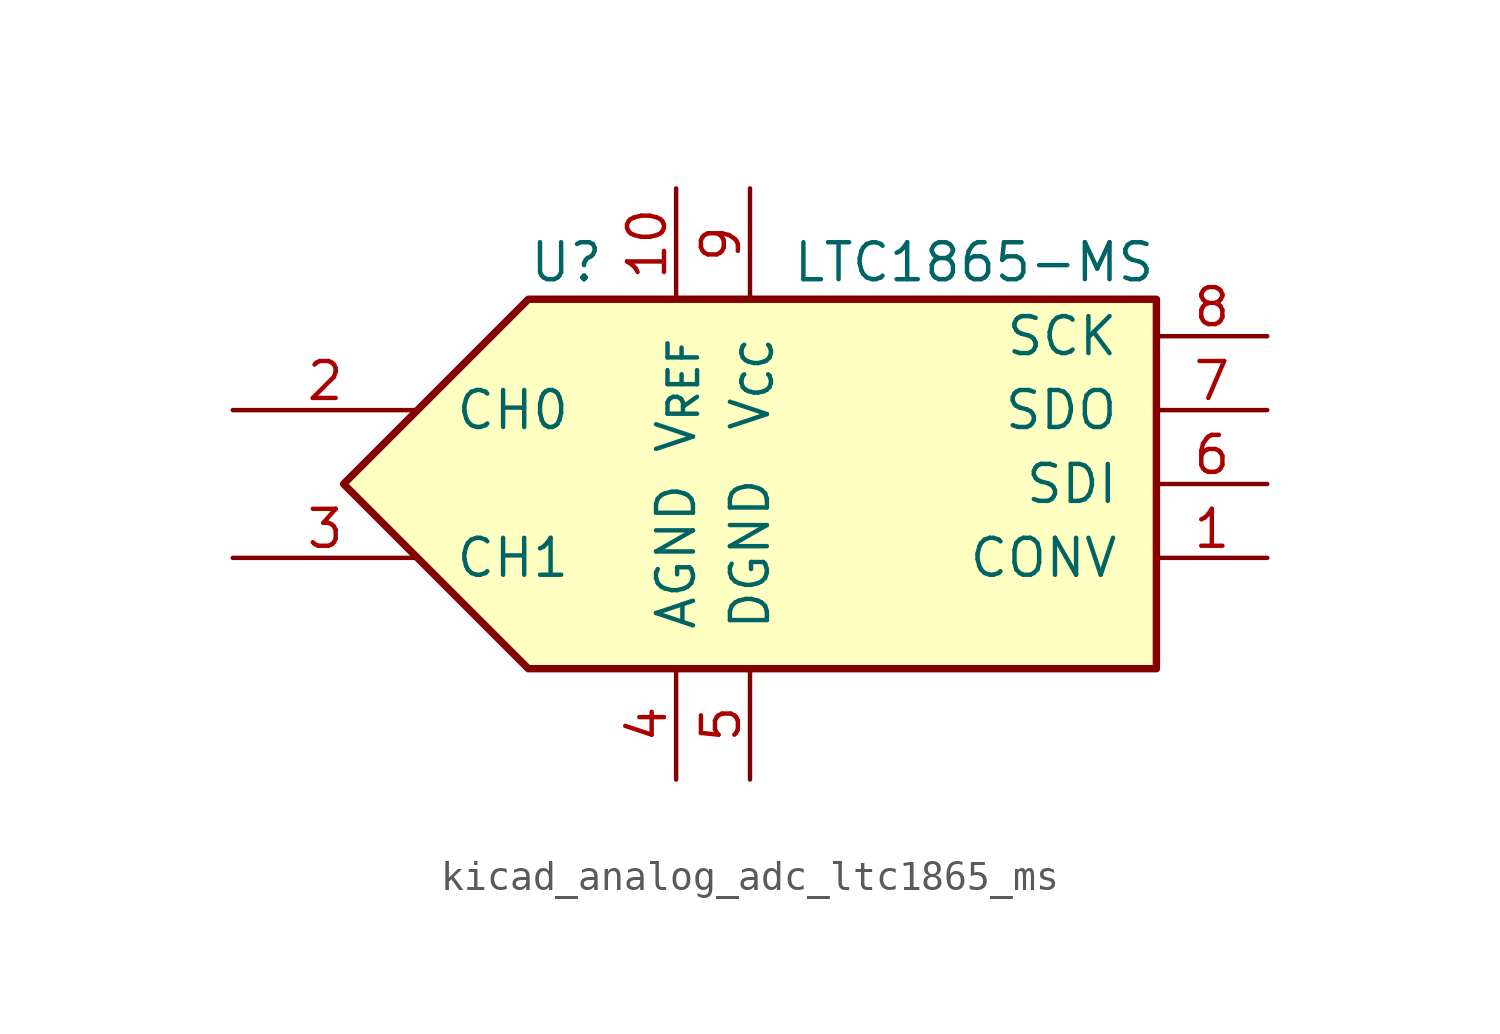
<source format=kicad_sym>
(kicad_symbol_lib
  (version 20220914)
  (generator kicad_symbol_editor)
  (symbol "kicad_analog_adc_ltc1865_ms"
    (pin_names
      (offset 1.27))
    (property "Reference" "U"
      (at -10.16 7.62 0)
      (effects (font (size 1.27 1.27)) (justify left)))
    (property "Value" "LTC1865-MS"
      (at 11.43 7.62 0)
      (effects (font (size 1.27 1.27)) (justify right)))
    (symbol "kicad_analog_adc_ltc1865_ms_0_1"
      (polyline (pts (xy 11.43 6.35) (xy -10.16 6.35) (xy -16.51 0) (xy -10.16 -6.35) (xy 11.43 -6.35) (xy 11.43 6.35)) (stroke (width 0.254) (type default)) (fill (type background))))
    (symbol "kicad_analog_adc_ltc1865_ms_1_1"
      (pin input line (at 15.24 -2.54 180) (length 3.81) (name "CONV" (effects (font (size 1.27 1.27)))) (number "1" (effects (font (size 1.27 1.27)))))
      (pin input line (at -5.08 10.16 270) (length 3.81) (name "V_{REF}" (effects (font (size 1.27 1.27)))) (number "10" (effects (font (size 1.27 1.27)))))
      (pin input line (at -20.32 2.54 0) (length 6.35) (name "CH0" (effects (font (size 1.27 1.27)))) (number "2" (effects (font (size 1.27 1.27)))))
      (pin input line (at -20.32 -2.54 0) (length 6.35) (name "CH1" (effects (font (size 1.27 1.27)))) (number "3" (effects (font (size 1.27 1.27)))))
      (pin power_in line (at -5.08 -10.16 90) (length 3.81) (name "AGND" (effects (font (size 1.27 1.27)))) (number "4" (effects (font (size 1.27 1.27)))))
      (pin power_in line (at -2.54 -10.16 90) (length 3.81) (name "DGND" (effects (font (size 1.27 1.27)))) (number "5" (effects (font (size 1.27 1.27)))))
      (pin input line (at 15.24 0 180) (length 3.81) (name "SDI" (effects (font (size 1.27 1.27)))) (number "6" (effects (font (size 1.27 1.27)))))
      (pin output line (at 15.24 2.54 180) (length 3.81) (name "SDO" (effects (font (size 1.27 1.27)))) (number "7" (effects (font (size 1.27 1.27)))))
      (pin input line (at 15.24 5.08 180) (length 3.81) (name "SCK" (effects (font (size 1.27 1.27)))) (number "8" (effects (font (size 1.27 1.27)))))
      (pin power_in line (at -2.54 10.16 270) (length 3.81) (name "V_{CC}" (effects (font (size 1.27 1.27)))) (number "9" (effects (font (size 1.27 1.27))))))))
</source>
